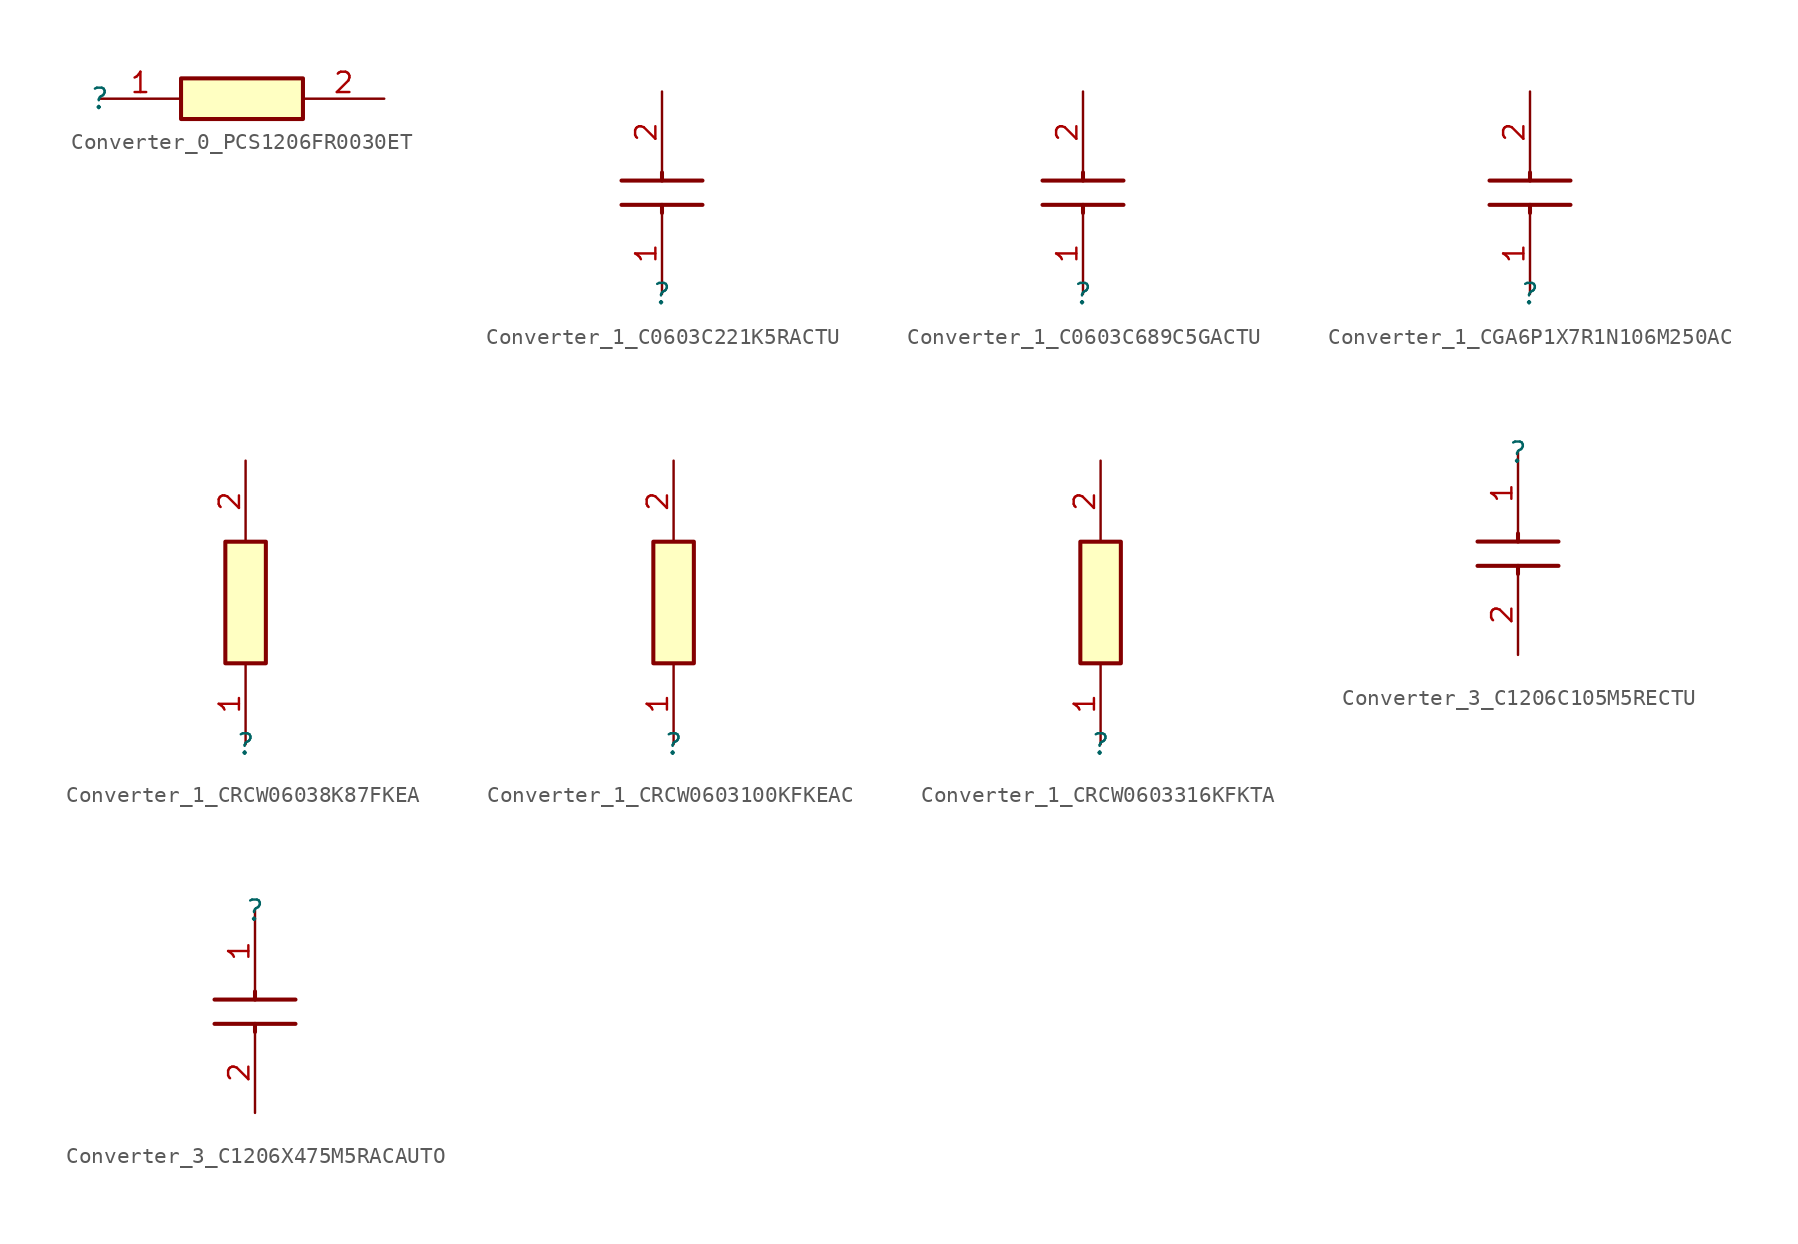
<source format=kicad_sym>
(kicad_symbol_lib
  (version 20220914)
  (generator kicad_symbol_editor)
  (symbol "Converter_0_PCS1206FR0030ET"
    (property "Reference" ""
      (at 0 0 0)
      (effects (font (size 1.27 1.27))))
    (property "Value" ""
      (at 0 0 0)
      (effects (font (size 1.27 1.27))))
    (symbol "Converter_0_PCS1206FR0030ET_1_0"
      (rectangle (start 12.7 1.27) (end 5.08 -1.27) (stroke (width 0.254) (type solid)) (fill (type background)))
      (pin passive line (at 0 0 0) (length 5.08) (name "1" (effects (font (size 0 0)))) (number "1" (effects (font (size 1.27 1.27)))))
      (pin passive line (at 17.78 0 180) (length 5.08) (name "2" (effects (font (size 0 0)))) (number "2" (effects (font (size 1.27 1.27)))))))
  (symbol "Converter_1_C0603C221K5RACTU"
    (property "Reference" ""
      (at 0 0 0)
      (effects (font (size 1.27 1.27))))
    (property "Value" ""
      (at 0 0 0)
      (effects (font (size 1.27 1.27))))
    (symbol "Converter_1_C0603C221K5RACTU_1_0"
      (polyline (pts (xy -2.54 5.588) (xy 2.54 5.588)) (stroke (width 0.254) (type solid)) (fill (type none)))
      (polyline (pts (xy -2.54 7.112) (xy 2.54 7.112)) (stroke (width 0.254) (type solid)) (fill (type none)))
      (polyline (pts (xy 0 5.08) (xy 0 5.588)) (stroke (width 0.254) (type solid)) (fill (type none)))
      (polyline (pts (xy 0 7.112) (xy 0 7.62)) (stroke (width 0.254) (type solid)) (fill (type none)))
      (pin passive line (at 0 0 90) (length 5.08) (name "1" (effects (font (size 0 0)))) (number "1" (effects (font (size 1.27 1.27)))))
      (pin passive line (at 0 12.7 270) (length 5.08) (name "2" (effects (font (size 0 0)))) (number "2" (effects (font (size 1.27 1.27)))))))
  (symbol "Converter_1_C0603C689C5GACTU"
    (property "Reference" ""
      (at 0 0 0)
      (effects (font (size 1.27 1.27))))
    (property "Value" ""
      (at 0 0 0)
      (effects (font (size 1.27 1.27))))
    (symbol "Converter_1_C0603C689C5GACTU_1_0"
      (polyline (pts (xy -2.54 5.588) (xy 2.54 5.588)) (stroke (width 0.254) (type solid)) (fill (type none)))
      (polyline (pts (xy -2.54 7.112) (xy 2.54 7.112)) (stroke (width 0.254) (type solid)) (fill (type none)))
      (polyline (pts (xy 0 5.08) (xy 0 5.588)) (stroke (width 0.254) (type solid)) (fill (type none)))
      (polyline (pts (xy 0 7.112) (xy 0 7.62)) (stroke (width 0.254) (type solid)) (fill (type none)))
      (pin passive line (at 0 0 90) (length 5.08) (name "1" (effects (font (size 0 0)))) (number "1" (effects (font (size 1.27 1.27)))))
      (pin passive line (at 0 12.7 270) (length 5.08) (name "2" (effects (font (size 0 0)))) (number "2" (effects (font (size 1.27 1.27)))))))
  (symbol "Converter_1_CGA6P1X7R1N106M250AC"
    (property "Reference" ""
      (at 0 0 0)
      (effects (font (size 1.27 1.27))))
    (property "Value" ""
      (at 0 0 0)
      (effects (font (size 1.27 1.27))))
    (symbol "Converter_1_CGA6P1X7R1N106M250AC_1_0"
      (polyline (pts (xy -2.54 5.588) (xy 2.54 5.588)) (stroke (width 0.254) (type solid)) (fill (type none)))
      (polyline (pts (xy -2.54 7.112) (xy 2.54 7.112)) (stroke (width 0.254) (type solid)) (fill (type none)))
      (polyline (pts (xy 0 5.08) (xy 0 5.588)) (stroke (width 0.254) (type solid)) (fill (type none)))
      (polyline (pts (xy 0 7.112) (xy 0 7.62)) (stroke (width 0.254) (type solid)) (fill (type none)))
      (pin passive line (at 0 0 90) (length 5.08) (name "1" (effects (font (size 0 0)))) (number "1" (effects (font (size 1.27 1.27)))))
      (pin passive line (at 0 12.7 270) (length 5.08) (name "2" (effects (font (size 0 0)))) (number "2" (effects (font (size 1.27 1.27)))))))
  (symbol "Converter_1_CRCW06038K87FKEA"
    (property "Reference" ""
      (at 0 0 0)
      (effects (font (size 1.27 1.27))))
    (property "Value" ""
      (at 0 0 0)
      (effects (font (size 1.27 1.27))))
    (symbol "Converter_1_CRCW06038K87FKEA_1_0"
      (rectangle (start 1.27 12.7) (end -1.27 5.08) (stroke (width 0.254) (type solid)) (fill (type background)))
      (pin passive line (at 0 0 90) (length 5.08) (name "1" (effects (font (size 0 0)))) (number "1" (effects (font (size 1.27 1.27)))))
      (pin passive line (at 0 17.78 270) (length 5.08) (name "2" (effects (font (size 0 0)))) (number "2" (effects (font (size 1.27 1.27)))))))
  (symbol "Converter_1_CRCW0603100KFKEAC"
    (property "Reference" ""
      (at 0 0 0)
      (effects (font (size 1.27 1.27))))
    (property "Value" ""
      (at 0 0 0)
      (effects (font (size 1.27 1.27))))
    (symbol "Converter_1_CRCW0603100KFKEAC_1_0"
      (rectangle (start 1.27 12.7) (end -1.27 5.08) (stroke (width 0.254) (type solid)) (fill (type background)))
      (pin passive line (at 0 0 90) (length 5.08) (name "1" (effects (font (size 0 0)))) (number "1" (effects (font (size 1.27 1.27)))))
      (pin passive line (at 0 17.78 270) (length 5.08) (name "2" (effects (font (size 0 0)))) (number "2" (effects (font (size 1.27 1.27)))))))
  (symbol "Converter_1_CRCW0603316KFKTA"
    (property "Reference" ""
      (at 0 0 0)
      (effects (font (size 1.27 1.27))))
    (property "Value" ""
      (at 0 0 0)
      (effects (font (size 1.27 1.27))))
    (symbol "Converter_1_CRCW0603316KFKTA_1_0"
      (rectangle (start 1.27 12.7) (end -1.27 5.08) (stroke (width 0.254) (type solid)) (fill (type background)))
      (pin passive line (at 0 0 90) (length 5.08) (name "1" (effects (font (size 0 0)))) (number "1" (effects (font (size 1.27 1.27)))))
      (pin passive line (at 0 17.78 270) (length 5.08) (name "2" (effects (font (size 0 0)))) (number "2" (effects (font (size 1.27 1.27)))))))
  (symbol "Converter_3_C1206C105M5RECTU"
    (property "Reference" ""
      (at 0 0 0)
      (effects (font (size 1.27 1.27))))
    (property "Value" ""
      (at 0 0 0)
      (effects (font (size 1.27 1.27))))
    (symbol "Converter_3_C1206C105M5RECTU_1_0"
      (polyline (pts (xy 0 -7.112) (xy 0 -7.62)) (stroke (width 0.254) (type solid)) (fill (type none)))
      (polyline (pts (xy 0 -5.08) (xy 0 -5.588)) (stroke (width 0.254) (type solid)) (fill (type none)))
      (polyline (pts (xy 2.54 -7.112) (xy -2.54 -7.112)) (stroke (width 0.254) (type solid)) (fill (type none)))
      (polyline (pts (xy 2.54 -5.588) (xy -2.54 -5.588)) (stroke (width 0.254) (type solid)) (fill (type none)))
      (pin passive line (at 0 0 270) (length 5.08) (name "1" (effects (font (size 0 0)))) (number "1" (effects (font (size 1.27 1.27)))))
      (pin passive line (at 0 -12.7 90) (length 5.08) (name "2" (effects (font (size 0 0)))) (number "2" (effects (font (size 1.27 1.27)))))))
  (symbol "Converter_3_C1206X475M5RACAUTO"
    (property "Reference" ""
      (at 0 0 0)
      (effects (font (size 1.27 1.27))))
    (property "Value" ""
      (at 0 0 0)
      (effects (font (size 1.27 1.27))))
    (symbol "Converter_3_C1206X475M5RACAUTO_1_0"
      (polyline (pts (xy 0 -7.112) (xy 0 -7.62)) (stroke (width 0.254) (type solid)) (fill (type none)))
      (polyline (pts (xy 0 -5.08) (xy 0 -5.588)) (stroke (width 0.254) (type solid)) (fill (type none)))
      (polyline (pts (xy 2.54 -7.112) (xy -2.54 -7.112)) (stroke (width 0.254) (type solid)) (fill (type none)))
      (polyline (pts (xy 2.54 -5.588) (xy -2.54 -5.588)) (stroke (width 0.254) (type solid)) (fill (type none)))
      (pin passive line (at 0 0 270) (length 5.08) (name "1" (effects (font (size 0 0)))) (number "1" (effects (font (size 1.27 1.27)))))
      (pin passive line (at 0 -12.7 90) (length 5.08) (name "2" (effects (font (size 0 0)))) (number "2" (effects (font (size 1.27 1.27))))))))
</source>
